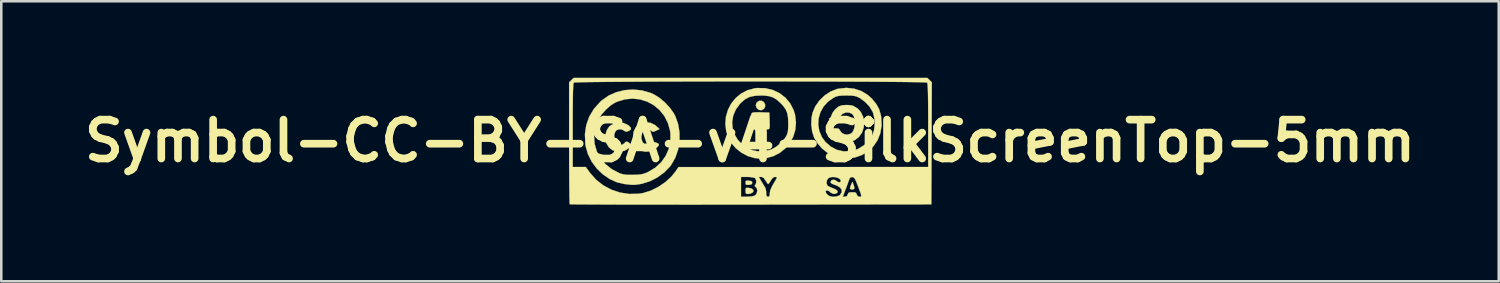
<source format=kicad_pcb>
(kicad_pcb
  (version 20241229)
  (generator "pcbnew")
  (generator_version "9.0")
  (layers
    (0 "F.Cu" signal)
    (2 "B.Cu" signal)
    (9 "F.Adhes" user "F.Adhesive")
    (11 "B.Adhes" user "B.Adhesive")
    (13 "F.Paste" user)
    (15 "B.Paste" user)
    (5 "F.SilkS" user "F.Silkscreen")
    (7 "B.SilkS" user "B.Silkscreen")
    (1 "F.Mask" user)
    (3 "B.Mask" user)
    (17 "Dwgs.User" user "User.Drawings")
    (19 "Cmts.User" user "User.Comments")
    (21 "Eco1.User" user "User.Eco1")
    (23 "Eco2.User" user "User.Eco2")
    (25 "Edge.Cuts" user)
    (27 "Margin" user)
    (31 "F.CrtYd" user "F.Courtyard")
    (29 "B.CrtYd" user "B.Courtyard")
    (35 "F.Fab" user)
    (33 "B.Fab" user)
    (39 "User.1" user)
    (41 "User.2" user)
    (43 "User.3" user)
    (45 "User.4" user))
  (footprint "Symbol-CC-BY-SA-v4-SilkScreenTop-5mm"
    (layer "F.Cu")
    (at 26.351 2.474)
    (property "Reference" "Symbol-CC-BY-SA-v4-SilkScreenTop-5mm" (at 0 0 0) (layer "F.SilkS") (effects (font (size 1.524 1.524) (thickness 0.3))))
    (attr through_hole)
    (fp_poly (pts (xy 4.053 1.704) (xy 4.088 1.816) (xy 4.081 1.879) (xy 4.029 1.904) (xy 4.004 1.905) (xy 3.938 1.89) (xy 3.917 1.861) (xy 3.932 1.8) (xy 3.965 1.713) (xy 3.966 1.711) (xy 4.013 1.605) (xy 4.053 1.704)) (stroke (width 0.01) (type solid)) (fill yes) (layer "F.SilkS"))
    (fp_poly (pts (xy -0.048 1.841) (xy 0.061 1.867) (xy 0.123 1.917) (xy 0.133 1.978) (xy 0.09 2.031) (xy 0.003 2.069) (xy -0.077 2.081) (xy -0.144 2.074) (xy -0.171 2.038) (xy -0.176 1.956) (xy -0.172 1.873) (xy -0.145 1.841) (xy -0.074 1.839) (xy -0.048 1.841)) (stroke (width 0.01) (type solid)) (fill yes) (layer "F.SilkS"))
    (fp_poly (pts (xy 0.471 -1.569) (xy 0.549 -1.515) (xy 0.592 -1.43) (xy 0.591 -1.334) (xy 0.544 -1.255) (xy 0.451 -1.204) (xy 0.35 -1.214) (xy 0.265 -1.282) (xy 0.26 -1.289) (xy 0.226 -1.395) (xy 0.253 -1.492) (xy 0.334 -1.56) (xy 0.371 -1.573) (xy 0.471 -1.569)) (stroke (width 0.01) (type solid)) (fill yes) (layer "F.SilkS"))
    (fp_poly (pts (xy -0.055 1.558) (xy -0.044 1.559) (xy 0.046 1.574) (xy 0.083 1.608) (xy 0.088 1.64) (xy 0.073 1.69) (xy 0.016 1.714) (xy -0.044 1.722) (xy -0.131 1.724) (xy -0.168 1.704) (xy -0.176 1.648) (xy -0.176 1.64) (xy -0.17 1.58) (xy -0.136 1.557) (xy -0.055 1.558)) (stroke (width 0.01) (type solid)) (fill yes) (layer "F.SilkS"))
    (fp_poly (pts (xy 0.426 -1.121) (xy 0.758 -1.111) (xy 0.769 -0.785) (xy 0.772 -0.632) (xy 0.77 -0.536) (xy 0.76 -0.484) (xy 0.74 -0.463) (xy 0.707 -0.459) (xy 0.673 -0.454) (xy 0.652 -0.431) (xy 0.641 -0.376) (xy 0.636 -0.277) (xy 0.635 -0.123) (xy 0.635 0.212) (xy 0.212 0.212) (xy 0.212 -0.123) (xy 0.211 -0.279) (xy 0.207 -0.377) (xy 0.196 -0.43) (xy 0.174 -0.453) (xy 0.138 -0.459) (xy 0.123 -0.459) (xy 0.08 -0.461) (xy 0.054 -0.479) (xy 0.041 -0.527) (xy 0.036 -0.618) (xy 0.036 -0.75) (xy 0.039 -0.89) (xy 0.048 -1.006) (xy 0.061 -1.077) (xy 0.065 -1.086) (xy 0.103 -1.109) (xy 0.189 -1.121) (xy 0.33 -1.124) (xy 0.426 -1.121)) (stroke (width 0.01) (type solid)) (fill yes) (layer "F.SilkS"))
    (fp_poly (pts (xy -4.96 -0.704) (xy -4.785 -0.623) (xy -4.749 -0.597) (xy -4.674 -0.52) (xy -4.667 -0.457) (xy -4.728 -0.404) (xy -4.763 -0.388) (xy -4.846 -0.362) (xy -4.902 -0.376) (xy -4.934 -0.401) (xy -5.032 -0.451) (xy -5.144 -0.454) (xy -5.241 -0.413) (xy -5.272 -0.38) (xy -5.32 -0.259) (xy -5.326 -0.118) (xy -5.291 0.015) (xy -5.24 0.09) (xy -5.134 0.162) (xy -5.031 0.165) (xy -4.933 0.097) (xy -4.928 0.091) (xy -4.871 0.035) (xy -4.824 0.028) (xy -4.754 0.063) (xy -4.676 0.124) (xy -4.665 0.183) (xy -4.719 0.256) (xy -4.736 0.272) (xy -4.903 0.38) (xy -5.091 0.425) (xy -5.283 0.405) (xy -5.398 0.359) (xy -5.532 0.252) (xy -5.622 0.105) (xy -5.667 -0.066) (xy -5.666 -0.246) (xy -5.617 -0.417) (xy -5.519 -0.564) (xy -5.489 -0.592) (xy -5.329 -0.688) (xy -5.147 -0.726) (xy -4.96 -0.704)) (stroke (width 0.01) (type solid)) (fill yes) (layer "F.SilkS"))
    (fp_poly (pts (xy -3.899 -0.709) (xy -3.727 -0.625) (xy -3.673 -0.581) (xy -3.547 -0.465) (xy -3.678 -0.403) (xy -3.764 -0.365) (xy -3.816 -0.36) (xy -3.86 -0.388) (xy -3.874 -0.4) (xy -3.956 -0.442) (xy -4.05 -0.459) (xy -4.137 -0.444) (xy -4.196 -0.387) (xy -4.219 -0.347) (xy -4.259 -0.215) (xy -4.255 -0.08) (xy -4.214 0.041) (xy -4.141 0.132) (xy -4.044 0.175) (xy -4.023 0.176) (xy -3.953 0.156) (xy -3.87 0.105) (xy -3.866 0.102) (xy -3.791 0.054) (xy -3.726 0.051) (xy -3.667 0.071) (xy -3.589 0.11) (xy -3.569 0.148) (xy -3.601 0.206) (xy -3.609 0.216) (xy -3.735 0.328) (xy -3.898 0.397) (xy -4.077 0.42) (xy -4.248 0.392) (xy -4.331 0.353) (xy -4.47 0.234) (xy -4.554 0.078) (xy -4.585 -0.122) (xy -4.586 -0.155) (xy -4.562 -0.359) (xy -4.489 -0.517) (xy -4.362 -0.633) (xy -4.28 -0.677) (xy -4.087 -0.727) (xy -3.899 -0.709)) (stroke (width 0.01) (type solid)) (fill yes) (layer "F.SilkS"))
    (fp_poly (pts (xy 3.922 -1.402) (xy 4.046 -1.374) (xy 4.217 -1.274) (xy 4.348 -1.126) (xy 4.435 -0.944) (xy 4.473 -0.74) (xy 4.458 -0.527) (xy 4.389 -0.324) (xy 4.266 -0.152) (xy 4.101 -0.027) (xy 3.907 0.044) (xy 3.7 0.054) (xy 3.608 0.038) (xy 3.45 -0.028) (xy 3.316 -0.131) (xy 3.219 -0.258) (xy 3.176 -0.392) (xy 3.175 -0.415) (xy 3.183 -0.464) (xy 3.22 -0.487) (xy 3.303 -0.494) (xy 3.335 -0.494) (xy 3.438 -0.488) (xy 3.494 -0.464) (xy 3.525 -0.412) (xy 3.527 -0.408) (xy 3.597 -0.313) (xy 3.707 -0.258) (xy 3.834 -0.248) (xy 3.958 -0.288) (xy 3.976 -0.3) (xy 4.045 -0.386) (xy 4.09 -0.517) (xy 4.109 -0.672) (xy 4.103 -0.827) (xy 4.07 -0.962) (xy 4.009 -1.055) (xy 4.007 -1.056) (xy 3.891 -1.11) (xy 3.757 -1.114) (xy 3.636 -1.067) (xy 3.625 -1.059) (xy 3.557 -0.99) (xy 3.529 -0.927) (xy 3.544 -0.888) (xy 3.57 -0.882) (xy 3.573 -0.86) (xy 3.533 -0.804) (xy 3.493 -0.758) (xy 3.415 -0.686) (xy 3.353 -0.642) (xy 3.334 -0.635) (xy 3.288 -0.659) (xy 3.216 -0.718) (xy 3.175 -0.758) (xy 3.107 -0.837) (xy 3.094 -0.876) (xy 3.111 -0.882) (xy 3.159 -0.914) (xy 3.186 -0.983) (xy 3.237 -1.102) (xy 3.329 -1.226) (xy 3.444 -1.328) (xy 3.495 -1.359) (xy 3.612 -1.395) (xy 3.765 -1.409) (xy 3.922 -1.402)) (stroke (width 0.01) (type solid)) (fill yes) (layer "F.SilkS"))
    (fp_poly (pts (xy 0.606 -2.065) (xy 0.9 -1.994) (xy 1.165 -1.867) (xy 1.393 -1.69) (xy 1.578 -1.466) (xy 1.712 -1.202) (xy 1.764 -1.028) (xy 1.802 -0.724) (xy 1.775 -0.432) (xy 1.692 -0.16) (xy 1.557 0.086) (xy 1.378 0.299) (xy 1.16 0.472) (xy 0.909 0.6) (xy 0.633 0.674) (xy 0.337 0.69) (xy 0.169 0.67) (xy -0.091 0.593) (xy -0.34 0.459) (xy -0.562 0.282) (xy -0.742 0.072) (xy -0.835 -0.092) (xy -0.933 -0.381) (xy -0.967 -0.671) (xy -0.961 -0.738) (xy -0.7 -0.738) (xy -0.681 -0.492) (xy -0.606 -0.256) (xy -0.477 -0.039) (xy -0.296 0.148) (xy -0.066 0.297) (xy 0.081 0.36) (xy 0.3 0.406) (xy 0.542 0.403) (xy 0.78 0.353) (xy 0.874 0.317) (xy 1.049 0.213) (xy 1.22 0.066) (xy 1.365 -0.102) (xy 1.423 -0.194) (xy 1.46 -0.274) (xy 1.483 -0.361) (xy 1.495 -0.475) (xy 1.499 -0.635) (xy 1.499 -0.688) (xy 1.491 -0.912) (xy 1.46 -1.088) (xy 1.399 -1.235) (xy 1.3 -1.374) (xy 1.199 -1.482) (xy 1.049 -1.616) (xy 0.904 -1.705) (xy 0.743 -1.756) (xy 0.546 -1.778) (xy 0.423 -1.781) (xy 0.18 -1.768) (xy -0.016 -1.724) (xy -0.183 -1.641) (xy -0.338 -1.511) (xy -0.394 -1.454) (xy -0.558 -1.229) (xy -0.66 -0.987) (xy -0.7 -0.738) (xy -0.961 -0.738) (xy -0.942 -0.955) (xy -0.863 -1.223) (xy -0.734 -1.469) (xy -0.559 -1.684) (xy -0.345 -1.86) (xy -0.094 -1.989) (xy 0.188 -2.063) (xy 0.29 -2.074) (xy 0.606 -2.065)) (stroke (width 0.01) (type solid)) (fill yes) (layer "F.SilkS"))
    (fp_poly (pts (xy 4.076 -2.05) (xy 4.361 -1.956) (xy 4.616 -1.803) (xy 4.772 -1.663) (xy 4.944 -1.455) (xy 5.059 -1.247) (xy 5.128 -1.018) (xy 5.145 -0.917) (xy 5.158 -0.598) (xy 5.108 -0.301) (xy 5.001 -0.032) (xy 4.843 0.203) (xy 4.641 0.398) (xy 4.399 0.548) (xy 4.125 0.647) (xy 3.824 0.687) (xy 3.536 0.67) (xy 3.281 0.599) (xy 3.036 0.467) (xy 2.814 0.287) (xy 2.627 0.067) (xy 2.512 -0.132) (xy 2.438 -0.36) (xy 2.403 -0.619) (xy 2.403 -0.63) (xy 2.674 -0.63) (xy 2.718 -0.38) (xy 2.822 -0.142) (xy 2.953 0.036) (xy 3.166 0.224) (xy 3.404 0.349) (xy 3.661 0.409) (xy 3.928 0.402) (xy 4.197 0.328) (xy 4.245 0.307) (xy 4.477 0.164) (xy 4.671 -0.029) (xy 4.8 -0.232) (xy 4.863 -0.426) (xy 4.888 -0.653) (xy 4.874 -0.887) (xy 4.822 -1.102) (xy 4.803 -1.15) (xy 4.685 -1.344) (xy 4.518 -1.524) (xy 4.32 -1.67) (xy 4.269 -1.699) (xy 4.179 -1.74) (xy 4.087 -1.765) (xy 3.972 -1.777) (xy 3.811 -1.781) (xy 3.775 -1.781) (xy 3.603 -1.778) (xy 3.481 -1.767) (xy 3.387 -1.744) (xy 3.301 -1.707) (xy 3.288 -1.7) (xy 3.061 -1.544) (xy 2.884 -1.348) (xy 2.759 -1.124) (xy 2.689 -0.881) (xy 2.674 -0.63) (xy 2.403 -0.63) (xy 2.409 -0.885) (xy 2.451 -1.103) (xy 2.558 -1.353) (xy 2.72 -1.584) (xy 2.926 -1.783) (xy 3.161 -1.938) (xy 3.413 -2.036) (xy 3.455 -2.046) (xy 3.772 -2.08) (xy 4.076 -2.05)) (stroke (width 0.01) (type solid)) (fill yes) (layer "F.SilkS"))
    (fp_poly (pts (xy -4.241 -1.981) (xy -3.913 -1.888) (xy -3.775 -1.828) (xy -3.557 -1.695) (xy -3.34 -1.513) (xy -3.144 -1.302) (xy -2.987 -1.082) (xy -2.932 -0.98) (xy -2.819 -0.666) (xy -2.764 -0.332) (xy -2.765 0.009) (xy -2.82 0.344) (xy -2.929 0.659) (xy -3.09 0.942) (xy -3.144 1.013) (xy -3.367 1.239) (xy -3.636 1.434) (xy -3.932 1.584) (xy -4.237 1.679) (xy -4.304 1.691) (xy -4.424 1.71) (xy -4.517 1.72) (xy -4.604 1.721) (xy -4.708 1.714) (xy -4.853 1.698) (xy -4.911 1.692) (xy -5.217 1.622) (xy -5.508 1.49) (xy -5.775 1.306) (xy -6.011 1.077) (xy -6.207 0.812) (xy -6.353 0.519) (xy -6.443 0.208) (xy -6.457 0.119) (xy -6.468 -0.18) (xy -6.115 -0.18) (xy -6.091 0.119) (xy -6.007 0.405) (xy -5.866 0.669) (xy -5.671 0.904) (xy -5.425 1.103) (xy -5.132 1.258) (xy -5.082 1.278) (xy -4.972 1.31) (xy -4.84 1.327) (xy -4.667 1.332) (xy -4.568 1.33) (xy -4.394 1.323) (xy -4.265 1.309) (xy -4.158 1.284) (xy -4.049 1.242) (xy -3.982 1.211) (xy -3.708 1.046) (xy -3.479 0.833) (xy -3.302 0.581) (xy -3.18 0.3) (xy -3.119 -0.002) (xy -3.122 -0.317) (xy -3.134 -0.396) (xy -3.22 -0.706) (xy -3.36 -0.98) (xy -3.548 -1.213) (xy -3.774 -1.401) (xy -4.031 -1.541) (xy -4.312 -1.628) (xy -4.607 -1.659) (xy -4.91 -1.629) (xy -5.213 -1.535) (xy -5.318 -1.486) (xy -5.485 -1.375) (xy -5.658 -1.218) (xy -5.815 -1.036) (xy -5.939 -0.848) (xy -5.969 -0.79) (xy -6.075 -0.485) (xy -6.115 -0.18) (xy -6.468 -0.18) (xy -6.472 -0.26) (xy -6.42 -0.617) (xy -6.303 -0.949) (xy -6.12 -1.255) (xy -5.872 -1.532) (xy -5.815 -1.584) (xy -5.549 -1.773) (xy -5.246 -1.909) (xy -4.92 -1.99) (xy -4.581 -2.014) (xy -4.241 -1.981)) (stroke (width 0.01) (type solid)) (fill yes) (layer "F.SilkS"))
    (fp_poly (pts (xy 7.04 -2.383) (xy 7.127 -2.296) (xy 7.118 0.096) (xy 7.108 2.487) (xy 0.032 2.496) (xy -0.669 2.497) (xy -1.352 2.497) (xy -2.012 2.498) (xy -2.647 2.498) (xy -3.254 2.497) (xy -3.827 2.497) (xy -4.366 2.496) (xy -4.865 2.496) (xy -5.323 2.495) (xy -5.734 2.493) (xy -6.097 2.492) (xy -6.407 2.49) (xy -6.662 2.489) (xy -6.858 2.487) (xy -6.991 2.485) (xy -7.059 2.482) (xy -7.067 2.481) (xy -7.071 2.443) (xy -7.075 2.34) (xy -7.079 2.178) (xy -7.082 1.963) (xy -7.085 1.7) (xy -7.087 1.397) (xy -7.089 1.057) (xy -7.09 0.688) (xy -7.091 0.295) (xy -7.091 0.081) (xy -7.091 -0.61) (xy -6.95 -0.61) (xy -6.95 1.023) (xy -6.437 1.023) (xy -6.274 1.249) (xy -6.035 1.52) (xy -5.751 1.742) (xy -5.432 1.912) (xy -5.088 2.026) (xy -4.729 2.08) (xy -4.363 2.071) (xy -4.191 2.043) (xy -3.896 1.952) (xy -3.602 1.807) (xy -3.325 1.619) (xy -3.097 1.411) (xy -0.353 1.411) (xy -0.353 2.187) (xy -0.114 2.187) (xy 0.071 2.176) (xy 0.189 2.142) (xy 0.204 2.132) (xy 0.261 2.059) (xy 0.284 1.96) (xy 0.27 1.866) (xy 0.22 1.803) (xy 0.18 1.767) (xy 0.202 1.724) (xy 0.203 1.724) (xy 0.242 1.644) (xy 0.242 1.549) (xy 0.205 1.469) (xy 0.179 1.448) (xy 0.109 1.429) (xy -0.005 1.415) (xy -0.121 1.411) (xy 0.346 1.411) (xy 0.443 1.579) (xy 0.507 1.687) (xy 0.564 1.78) (xy 0.588 1.816) (xy 0.618 1.895) (xy 0.634 2.005) (xy 0.635 2.036) (xy 0.64 2.133) (xy 0.661 2.177) (xy 0.706 2.187) (xy 0.753 2.175) (xy 0.773 2.125) (xy 0.776 2.053) (xy 0.787 1.987) (xy 2.963 1.987) (xy 2.986 2.044) (xy 3.035 2.11) (xy 3.13 2.167) (xy 3.259 2.191) (xy 3.308 2.187) (xy 3.637 2.187) (xy 3.723 2.187) (xy 3.797 2.164) (xy 3.831 2.099) (xy 3.854 2.043) (xy 3.901 2.018) (xy 3.993 2.011) (xy 4.007 2.011) (xy 4.106 2.016) (xy 4.157 2.039) (xy 4.181 2.091) (xy 4.184 2.099) (xy 4.223 2.169) (xy 4.292 2.187) (xy 4.331 2.186) (xy 4.354 2.177) (xy 4.36 2.15) (xy 4.349 2.093) (xy 4.317 1.998) (xy 4.263 1.853) (xy 4.216 1.729) (xy 4.158 1.583) (xy 4.114 1.492) (xy 4.075 1.442) (xy 4.032 1.421) (xy 4.013 1.418) (xy 3.954 1.421) (xy 3.914 1.457) (xy 3.876 1.545) (xy 3.871 1.559) (xy 3.83 1.673) (xy 3.777 1.819) (xy 3.727 1.949) (xy 3.637 2.187) (xy 3.308 2.187) (xy 3.393 2.181) (xy 3.503 2.137) (xy 3.528 2.117) (xy 3.593 2.015) (xy 3.592 1.916) (xy 3.528 1.825) (xy 3.403 1.75) (xy 3.313 1.718) (xy 3.209 1.678) (xy 3.163 1.633) (xy 3.157 1.604) (xy 3.186 1.548) (xy 3.253 1.523) (xy 3.33 1.531) (xy 3.385 1.568) (xy 3.447 1.611) (xy 3.513 1.62) (xy 3.557 1.595) (xy 3.563 1.572) (xy 3.532 1.503) (xy 3.451 1.451) (xy 3.342 1.42) (xy 3.224 1.413) (xy 3.117 1.436) (xy 3.063 1.469) (xy 3.014 1.55) (xy 3.001 1.65) (xy 3.026 1.737) (xy 3.046 1.759) (xy 3.107 1.794) (xy 3.204 1.837) (xy 3.247 1.853) (xy 3.373 1.908) (xy 3.432 1.964) (xy 3.426 2.022) (xy 3.416 2.036) (xy 3.342 2.077) (xy 3.247 2.071) (xy 3.161 2.023) (xy 3.149 2.011) (xy 3.083 1.959) (xy 3.016 1.941) (xy 2.971 1.961) (xy 2.963 1.987) (xy 0.787 1.987) (xy 0.796 1.934) (xy 0.858 1.788) (xy 0.917 1.684) (xy 0.984 1.571) (xy 1.034 1.482) (xy 1.058 1.434) (xy 1.058 1.431) (xy 1.028 1.416) (xy 0.977 1.411) (xy 0.906 1.435) (xy 0.837 1.516) (xy 0.816 1.552) (xy 0.764 1.636) (xy 0.723 1.687) (xy 0.712 1.693) (xy 0.682 1.665) (xy 0.633 1.594) (xy 0.607 1.552) (xy 0.541 1.457) (xy 0.477 1.416) (xy 0.437 1.411) (xy 0.346 1.411) (xy -0.121 1.411) (xy -0.353 1.411) (xy -3.097 1.411) (xy -3.085 1.4) (xy -2.924 1.202) (xy -2.805 1.025) (xy 2.09 1.024) (xy 6.985 1.023) (xy 6.985 -0.61) (xy 6.985 -1.02) (xy 6.983 -1.363) (xy 6.98 -1.645) (xy 6.976 -1.87) (xy 6.971 -2.041) (xy 6.964 -2.164) (xy 6.956 -2.243) (xy 6.946 -2.282) (xy 6.943 -2.286) (xy 6.903 -2.291) (xy 6.796 -2.296) (xy 6.628 -2.301) (xy 6.401 -2.305) (xy 6.12 -2.309) (xy 5.789 -2.313) (xy 5.413 -2.316) (xy 4.995 -2.319) (xy 4.539 -2.322) (xy 4.051 -2.324) (xy 3.533 -2.326) (xy 2.99 -2.328) (xy 2.426 -2.33) (xy 1.845 -2.331) (xy 1.252 -2.332) (xy 0.651 -2.332) (xy 0.045 -2.332) (xy -0.561 -2.332) (xy -1.163 -2.332) (xy -1.758 -2.331) (xy -2.339 -2.33) (xy -2.905 -2.328) (xy -3.45 -2.327) (xy -3.97 -2.325) (xy -4.462 -2.322) (xy -4.92 -2.319) (xy -5.342 -2.316) (xy -5.722 -2.313) (xy -6.057 -2.309) (xy -6.342 -2.306) (xy -6.574 -2.301) (xy -6.748 -2.297) (xy -6.86 -2.292) (xy -6.907 -2.286) (xy -6.907 -2.286) (xy -6.918 -2.257) (xy -6.927 -2.189) (xy -6.934 -2.078) (xy -6.94 -1.92) (xy -6.944 -1.709) (xy -6.947 -1.443) (xy -6.949 -1.116) (xy -6.95 -0.724) (xy -6.95 -0.61) (xy -7.091 -0.61) (xy -7.091 -2.296) (xy -7.004 -2.383) (xy -6.918 -2.469) (xy 6.953 -2.469) (xy 7.04 -2.383)) (stroke (width 0.01) (type solid)) (fill yes) (layer "F.SilkS")))
  (gr_rect
    (start -3 -3)
    (end 55.701 7.977)
    (stroke (width 0.1) (type default))
    (fill no)
    (layer "Edge.Cuts")))
</source>
